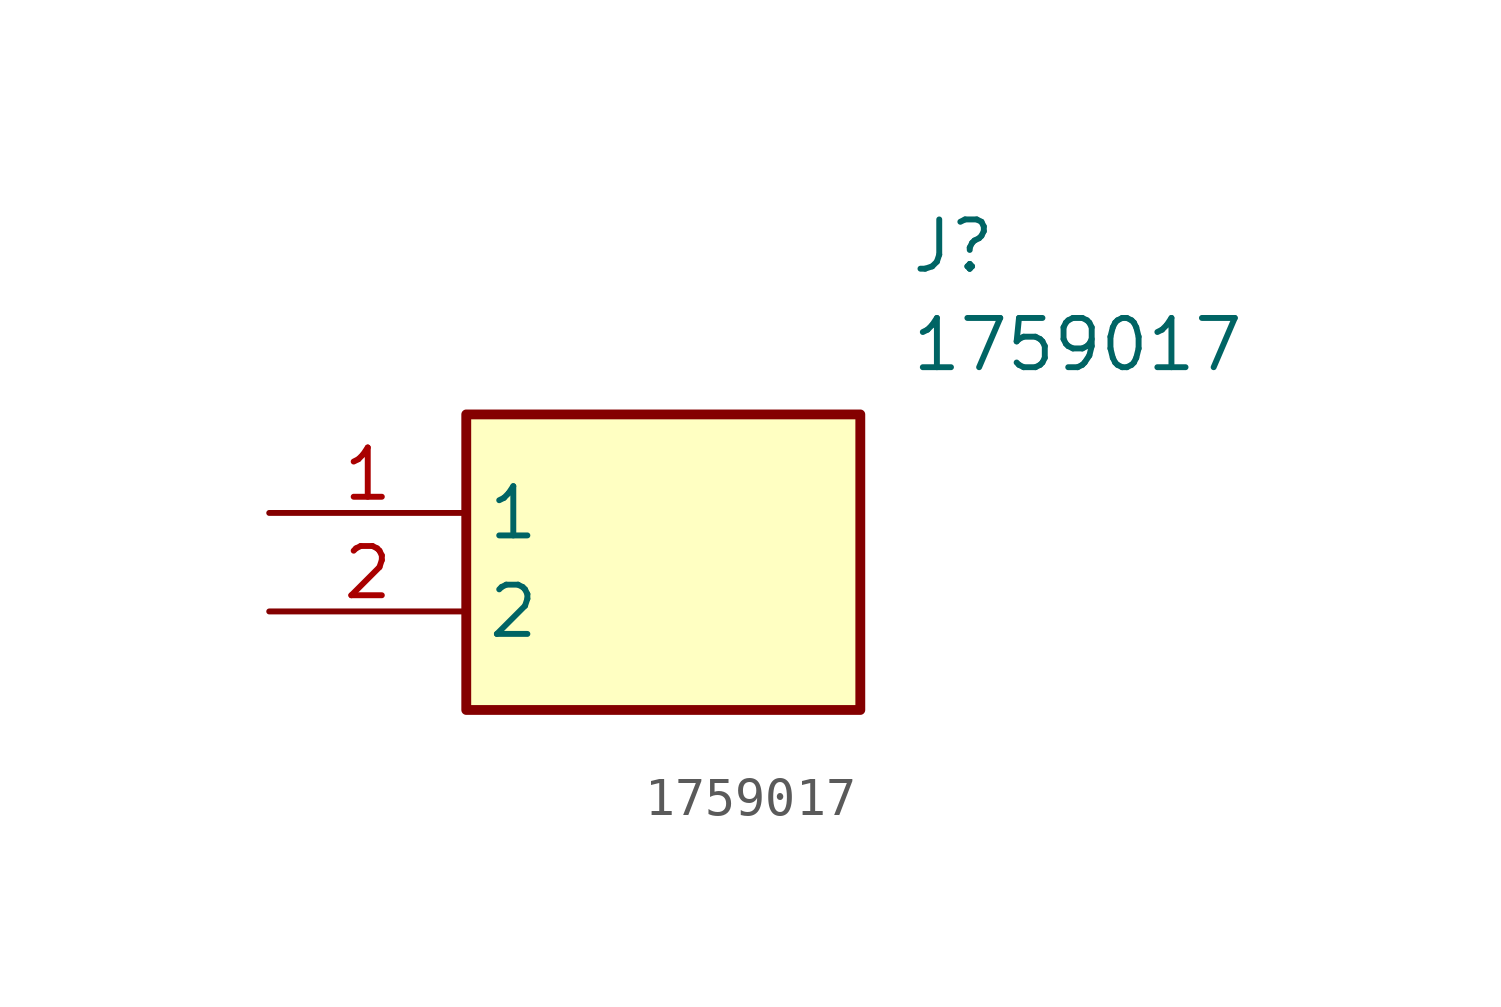
<source format=kicad_sym>
(kicad_symbol_lib
  (version 20211014)
  (generator SamacSys_ECAD_Model)
  (symbol "1759017"
    (property "Reference" "J"
      (at 16.51 7.62 0)
      (effects (font (size 1.27 1.27)) (justify left top)))
    (property "Value" "1759017"
      (at 16.51 5.08 0)
      (effects (font (size 1.27 1.27)) (justify left top)))
    (rectangle
      (start 5.08 2.54)
      (end 15.24 -5.08)
      (stroke (width 0.254) (type default))
      (fill (type background)))
    (pin passive line
      (at 0 0 0)
      (length 5.08)
      (name "1" (effects (font (size 1.27 1.27))))
      (number "1" (effects (font (size 1.27 1.27)))))
    (pin passive line
      (at 0 -2.54 0)
      (length 5.08)
      (name "2" (effects (font (size 1.27 1.27))))
      (number "2" (effects (font (size 1.27 1.27)))))))
</source>
